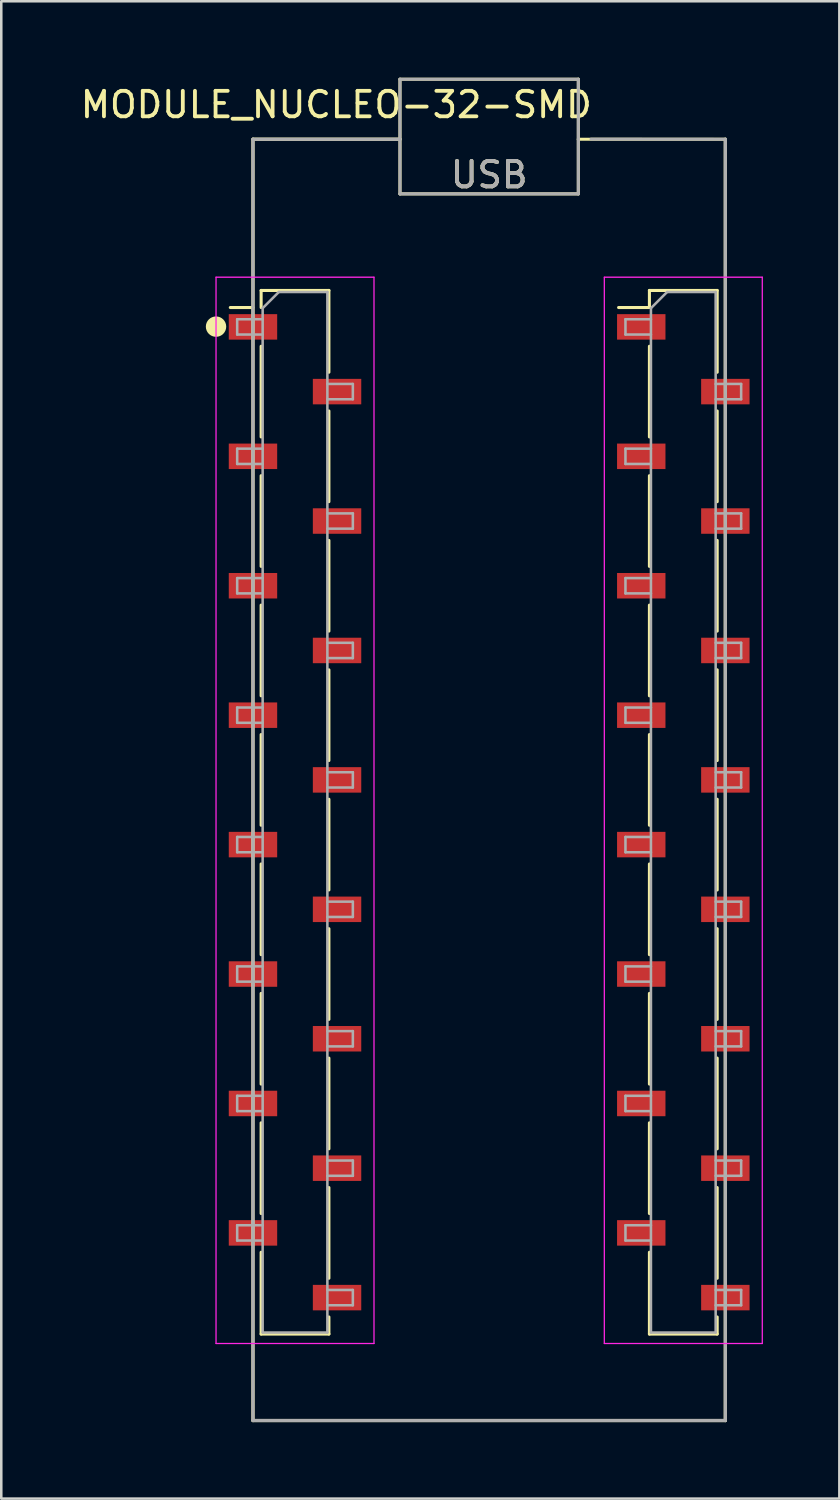
<source format=kicad_pcb>
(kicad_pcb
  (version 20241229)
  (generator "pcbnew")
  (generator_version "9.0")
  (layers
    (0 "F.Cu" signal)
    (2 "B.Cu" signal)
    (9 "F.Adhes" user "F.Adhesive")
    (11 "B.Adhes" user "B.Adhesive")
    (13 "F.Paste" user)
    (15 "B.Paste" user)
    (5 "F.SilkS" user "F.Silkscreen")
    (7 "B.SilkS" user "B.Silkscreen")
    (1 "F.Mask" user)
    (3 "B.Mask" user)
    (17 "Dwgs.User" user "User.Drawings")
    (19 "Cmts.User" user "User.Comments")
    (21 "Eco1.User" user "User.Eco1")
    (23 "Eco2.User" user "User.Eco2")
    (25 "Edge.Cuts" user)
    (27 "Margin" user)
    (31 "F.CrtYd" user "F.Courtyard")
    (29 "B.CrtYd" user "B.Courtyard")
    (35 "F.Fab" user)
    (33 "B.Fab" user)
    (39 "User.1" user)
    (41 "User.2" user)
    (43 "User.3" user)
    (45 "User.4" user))
  (footprint "MODULE_NUCLEO-32-SMD"
    (layer "F.Cu")
    (at 16.149 27.56)
    (property "Reference" "MODULE_NUCLEO-32-SMD" (at -6 -26.5 0) (layer "F.SilkS") (effects (font (size 1 1) (thickness 0.15))))
    (attr through_hole)
    (fp_line (start -10.16 -18.54) (end -9.275 -18.54) (stroke (width 0.12) (type solid)) (layer "F.SilkS"))
    (fp_line (start -9.27 -25.145) (end -3.5 -25.145) (stroke (width 0.127) (type solid)) (layer "F.SilkS"))
    (fp_line (start -9.27 25.145) (end -9.27 -25.145) (stroke (width 0.127) (type solid)) (layer "F.SilkS"))
    (fp_line (start -8.95 -19.21) (end -8.95 -18.54) (stroke (width 0.12) (type solid)) (layer "F.SilkS"))
    (fp_line (start -8.95 -19.21) (end -6.29 -19.21) (stroke (width 0.12) (type solid)) (layer "F.SilkS"))
    (fp_line (start -8.95 -17.02) (end -8.95 -13.46) (stroke (width 0.12) (type solid)) (layer "F.SilkS"))
    (fp_line (start -8.95 -11.94) (end -8.95 -8.38) (stroke (width 0.12) (type solid)) (layer "F.SilkS"))
    (fp_line (start -8.95 -6.86) (end -8.95 -3.3) (stroke (width 0.12) (type solid)) (layer "F.SilkS"))
    (fp_line (start -8.95 -1.78) (end -8.95 1.78) (stroke (width 0.12) (type solid)) (layer "F.SilkS"))
    (fp_line (start -8.95 3.3) (end -8.95 6.86) (stroke (width 0.12) (type solid)) (layer "F.SilkS"))
    (fp_line (start -8.95 8.38) (end -8.95 11.94) (stroke (width 0.12) (type solid)) (layer "F.SilkS"))
    (fp_line (start -8.95 13.46) (end -8.95 17.02) (stroke (width 0.12) (type solid)) (layer "F.SilkS"))
    (fp_line (start -8.95 18.54) (end -8.95 21.75) (stroke (width 0.12) (type solid)) (layer "F.SilkS"))
    (fp_line (start -8.95 21.75) (end -6.29 21.75) (stroke (width 0.12) (type solid)) (layer "F.SilkS"))
    (fp_line (start -6.29 -19.21) (end -6.29 -16) (stroke (width 0.12) (type solid)) (layer "F.SilkS"))
    (fp_line (start -6.29 -14.48) (end -6.29 -10.92) (stroke (width 0.12) (type solid)) (layer "F.SilkS"))
    (fp_line (start -6.29 -9.4) (end -6.29 -5.84) (stroke (width 0.12) (type solid)) (layer "F.SilkS"))
    (fp_line (start -6.29 -4.32) (end -6.29 -0.76) (stroke (width 0.12) (type solid)) (layer "F.SilkS"))
    (fp_line (start -6.29 0.76) (end -6.29 4.32) (stroke (width 0.12) (type solid)) (layer "F.SilkS"))
    (fp_line (start -6.29 5.84) (end -6.29 9.4) (stroke (width 0.12) (type solid)) (layer "F.SilkS"))
    (fp_line (start -6.29 10.92) (end -6.29 14.48) (stroke (width 0.12) (type solid)) (layer "F.SilkS"))
    (fp_line (start -6.29 16) (end -6.29 19.56) (stroke (width 0.12) (type solid)) (layer "F.SilkS"))
    (fp_line (start -6.29 21.08) (end -6.29 21.75) (stroke (width 0.12) (type solid)) (layer "F.SilkS"))
    (fp_line (start -3.5 -27.5) (end 3.5 -27.5) (stroke (width 0.12) (type solid)) (layer "F.SilkS"))
    (fp_line (start -3.5 -25.145) (end -3.5 -27.5) (stroke (width 0.12) (type solid)) (layer "F.SilkS"))
    (fp_line (start -3.5 -25.145) (end -3.5 -23) (stroke (width 0.12) (type solid)) (layer "F.SilkS"))
    (fp_line (start -3.5 -23) (end 3.5 -23) (stroke (width 0.12) (type solid)) (layer "F.SilkS"))
    (fp_line (start 3.5 -27.5) (end 3.5 -25.145) (stroke (width 0.12) (type solid)) (layer "F.SilkS"))
    (fp_line (start 3.5 -25.145) (end 9.27 -25.145) (stroke (width 0.12) (type solid)) (layer "F.SilkS"))
    (fp_line (start 3.5 -23) (end 3.5 -25.145) (stroke (width 0.12) (type solid)) (layer "F.SilkS"))
    (fp_line (start 5.08 -18.54) (end 6.29 -18.54) (stroke (width 0.12) (type solid)) (layer "F.SilkS"))
    (fp_line (start 6.29 -19.21) (end 6.29 -18.54) (stroke (width 0.12) (type solid)) (layer "F.SilkS"))
    (fp_line (start 6.29 -19.21) (end 8.95 -19.21) (stroke (width 0.12) (type solid)) (layer "F.SilkS"))
    (fp_line (start 6.29 -17.02) (end 6.29 -13.46) (stroke (width 0.12) (type solid)) (layer "F.SilkS"))
    (fp_line (start 6.29 -11.94) (end 6.29 -8.38) (stroke (width 0.12) (type solid)) (layer "F.SilkS"))
    (fp_line (start 6.29 -6.86) (end 6.29 -3.3) (stroke (width 0.12) (type solid)) (layer "F.SilkS"))
    (fp_line (start 6.29 -1.78) (end 6.29 1.78) (stroke (width 0.12) (type solid)) (layer "F.SilkS"))
    (fp_line (start 6.29 3.3) (end 6.29 6.86) (stroke (width 0.12) (type solid)) (layer "F.SilkS"))
    (fp_line (start 6.29 8.38) (end 6.29 11.94) (stroke (width 0.12) (type solid)) (layer "F.SilkS"))
    (fp_line (start 6.29 13.46) (end 6.29 17.02) (stroke (width 0.12) (type solid)) (layer "F.SilkS"))
    (fp_line (start 6.29 18.54) (end 6.29 21.75) (stroke (width 0.12) (type solid)) (layer "F.SilkS"))
    (fp_line (start 6.29 21.75) (end 8.95 21.75) (stroke (width 0.12) (type solid)) (layer "F.SilkS"))
    (fp_line (start 8.95 -19.21) (end 8.95 -16) (stroke (width 0.12) (type solid)) (layer "F.SilkS"))
    (fp_line (start 8.95 -14.48) (end 8.95 -10.92) (stroke (width 0.12) (type solid)) (layer "F.SilkS"))
    (fp_line (start 8.95 -9.4) (end 8.95 -5.84) (stroke (width 0.12) (type solid)) (layer "F.SilkS"))
    (fp_line (start 8.95 -4.32) (end 8.95 -0.76) (stroke (width 0.12) (type solid)) (layer "F.SilkS"))
    (fp_line (start 8.95 0.76) (end 8.95 4.32) (stroke (width 0.12) (type solid)) (layer "F.SilkS"))
    (fp_line (start 8.95 5.84) (end 8.95 9.4) (stroke (width 0.12) (type solid)) (layer "F.SilkS"))
    (fp_line (start 8.95 10.92) (end 8.95 14.48) (stroke (width 0.12) (type solid)) (layer "F.SilkS"))
    (fp_line (start 8.95 16) (end 8.95 19.56) (stroke (width 0.12) (type solid)) (layer "F.SilkS"))
    (fp_line (start 8.95 21.08) (end 8.95 21.75) (stroke (width 0.12) (type solid)) (layer "F.SilkS"))
    (fp_line (start 9.27 -25.145) (end 9.27 25.145) (stroke (width 0.127) (type solid)) (layer "F.SilkS"))
    (fp_line (start 9.27 25.145) (end -9.27 25.145) (stroke (width 0.127) (type solid)) (layer "F.SilkS"))
    (fp_circle (center -10.72 -17.79) (end -10.52 -17.79) (stroke (width 0.4) (type solid)) (fill no) (layer "F.SilkS"))
    (fp_line (start -10.72 -19.73) (end -4.52 -19.73) (stroke (width 0.05) (type solid)) (layer "F.CrtYd"))
    (fp_line (start -10.72 22.12) (end -10.72 -19.73) (stroke (width 0.05) (type solid)) (layer "F.CrtYd"))
    (fp_line (start -4.52 -19.73) (end -4.52 22.12) (stroke (width 0.05) (type solid)) (layer "F.CrtYd"))
    (fp_line (start -4.52 22.12) (end -10.72 22.12) (stroke (width 0.05) (type solid)) (layer "F.CrtYd"))
    (fp_line (start 4.52 -19.73) (end 10.72 -19.73) (stroke (width 0.05) (type solid)) (layer "F.CrtYd"))
    (fp_line (start 4.52 22.12) (end 4.52 -19.73) (stroke (width 0.05) (type solid)) (layer "F.CrtYd"))
    (fp_line (start 10.72 -19.73) (end 10.72 22.12) (stroke (width 0.05) (type solid)) (layer "F.CrtYd"))
    (fp_line (start 10.72 22.12) (end 4.52 22.12) (stroke (width 0.05) (type solid)) (layer "F.CrtYd"))
    (fp_line (start -9.89 -18.08) (end -8.89 -18.08) (stroke (width 0.1) (type solid)) (layer "F.Fab"))
    (fp_line (start -9.89 -17.48) (end -9.89 -18.08) (stroke (width 0.1) (type solid)) (layer "F.Fab"))
    (fp_line (start -9.89 -13) (end -8.89 -13) (stroke (width 0.1) (type solid)) (layer "F.Fab"))
    (fp_line (start -9.89 -12.4) (end -9.89 -13) (stroke (width 0.1) (type solid)) (layer "F.Fab"))
    (fp_line (start -9.89 -7.92) (end -8.89 -7.92) (stroke (width 0.1) (type solid)) (layer "F.Fab"))
    (fp_line (start -9.89 -7.32) (end -9.89 -7.92) (stroke (width 0.1) (type solid)) (layer "F.Fab"))
    (fp_line (start -9.89 -2.84) (end -8.89 -2.84) (stroke (width 0.1) (type solid)) (layer "F.Fab"))
    (fp_line (start -9.89 -2.24) (end -9.89 -2.84) (stroke (width 0.1) (type solid)) (layer "F.Fab"))
    (fp_line (start -9.89 2.24) (end -8.89 2.24) (stroke (width 0.1) (type solid)) (layer "F.Fab"))
    (fp_line (start -9.89 2.84) (end -9.89 2.24) (stroke (width 0.1) (type solid)) (layer "F.Fab"))
    (fp_line (start -9.89 7.32) (end -8.89 7.32) (stroke (width 0.1) (type solid)) (layer "F.Fab"))
    (fp_line (start -9.89 7.92) (end -9.89 7.32) (stroke (width 0.1) (type solid)) (layer "F.Fab"))
    (fp_line (start -9.89 12.4) (end -8.89 12.4) (stroke (width 0.1) (type solid)) (layer "F.Fab"))
    (fp_line (start -9.89 13) (end -9.89 12.4) (stroke (width 0.1) (type solid)) (layer "F.Fab"))
    (fp_line (start -9.89 17.48) (end -8.89 17.48) (stroke (width 0.1) (type solid)) (layer "F.Fab"))
    (fp_line (start -9.89 18.08) (end -9.89 17.48) (stroke (width 0.1) (type solid)) (layer "F.Fab"))
    (fp_line (start -9.27 -25.145) (end -3.5 -25.145) (stroke (width 0.127) (type solid)) (layer "F.Fab"))
    (fp_line (start -9.27 25.145) (end -9.27 -25.145) (stroke (width 0.127) (type solid)) (layer "F.Fab"))
    (fp_line (start -8.89 -18.515) (end -8.255 -19.15) (stroke (width 0.1) (type solid)) (layer "F.Fab"))
    (fp_line (start -8.89 -17.48) (end -9.89 -17.48) (stroke (width 0.1) (type solid)) (layer "F.Fab"))
    (fp_line (start -8.89 -12.4) (end -9.89 -12.4) (stroke (width 0.1) (type solid)) (layer "F.Fab"))
    (fp_line (start -8.89 -7.32) (end -9.89 -7.32) (stroke (width 0.1) (type solid)) (layer "F.Fab"))
    (fp_line (start -8.89 -2.24) (end -9.89 -2.24) (stroke (width 0.1) (type solid)) (layer "F.Fab"))
    (fp_line (start -8.89 2.84) (end -9.89 2.84) (stroke (width 0.1) (type solid)) (layer "F.Fab"))
    (fp_line (start -8.89 7.92) (end -9.89 7.92) (stroke (width 0.1) (type solid)) (layer "F.Fab"))
    (fp_line (start -8.89 13) (end -9.89 13) (stroke (width 0.1) (type solid)) (layer "F.Fab"))
    (fp_line (start -8.89 18.08) (end -9.89 18.08) (stroke (width 0.1) (type solid)) (layer "F.Fab"))
    (fp_line (start -8.89 21.69) (end -8.89 -18.515) (stroke (width 0.1) (type solid)) (layer "F.Fab"))
    (fp_line (start -8.255 -19.15) (end -6.35 -19.15) (stroke (width 0.1) (type solid)) (layer "F.Fab"))
    (fp_line (start -6.35 -19.15) (end -6.35 21.69) (stroke (width 0.1) (type solid)) (layer "F.Fab"))
    (fp_line (start -6.35 -15.54) (end -5.35 -15.54) (stroke (width 0.1) (type solid)) (layer "F.Fab"))
    (fp_line (start -6.35 -10.46) (end -5.35 -10.46) (stroke (width 0.1) (type solid)) (layer "F.Fab"))
    (fp_line (start -6.35 -5.38) (end -5.35 -5.38) (stroke (width 0.1) (type solid)) (layer "F.Fab"))
    (fp_line (start -6.35 -0.3) (end -5.35 -0.3) (stroke (width 0.1) (type solid)) (layer "F.Fab"))
    (fp_line (start -6.35 4.78) (end -5.35 4.78) (stroke (width 0.1) (type solid)) (layer "F.Fab"))
    (fp_line (start -6.35 9.86) (end -5.35 9.86) (stroke (width 0.1) (type solid)) (layer "F.Fab"))
    (fp_line (start -6.35 14.94) (end -5.35 14.94) (stroke (width 0.1) (type solid)) (layer "F.Fab"))
    (fp_line (start -6.35 20.02) (end -5.35 20.02) (stroke (width 0.1) (type solid)) (layer "F.Fab"))
    (fp_line (start -6.35 21.69) (end -8.89 21.69) (stroke (width 0.1) (type solid)) (layer "F.Fab"))
    (fp_line (start -5.35 -15.54) (end -5.35 -14.94) (stroke (width 0.1) (type solid)) (layer "F.Fab"))
    (fp_line (start -5.35 -14.94) (end -6.35 -14.94) (stroke (width 0.1) (type solid)) (layer "F.Fab"))
    (fp_line (start -5.35 -10.46) (end -5.35 -9.86) (stroke (width 0.1) (type solid)) (layer "F.Fab"))
    (fp_line (start -5.35 -9.86) (end -6.35 -9.86) (stroke (width 0.1) (type solid)) (layer "F.Fab"))
    (fp_line (start -5.35 -5.38) (end -5.35 -4.78) (stroke (width 0.1) (type solid)) (layer "F.Fab"))
    (fp_line (start -5.35 -4.78) (end -6.35 -4.78) (stroke (width 0.1) (type solid)) (layer "F.Fab"))
    (fp_line (start -5.35 -0.3) (end -5.35 0.3) (stroke (width 0.1) (type solid)) (layer "F.Fab"))
    (fp_line (start -5.35 0.3) (end -6.35 0.3) (stroke (width 0.1) (type solid)) (layer "F.Fab"))
    (fp_line (start -5.35 4.78) (end -5.35 5.38) (stroke (width 0.1) (type solid)) (layer "F.Fab"))
    (fp_line (start -5.35 5.38) (end -6.35 5.38) (stroke (width 0.1) (type solid)) (layer "F.Fab"))
    (fp_line (start -5.35 9.86) (end -5.35 10.46) (stroke (width 0.1) (type solid)) (layer "F.Fab"))
    (fp_line (start -5.35 10.46) (end -6.35 10.46) (stroke (width 0.1) (type solid)) (layer "F.Fab"))
    (fp_line (start -5.35 14.94) (end -5.35 15.54) (stroke (width 0.1) (type solid)) (layer "F.Fab"))
    (fp_line (start -5.35 15.54) (end -6.35 15.54) (stroke (width 0.1) (type solid)) (layer "F.Fab"))
    (fp_line (start -5.35 20.02) (end -5.35 20.62) (stroke (width 0.1) (type solid)) (layer "F.Fab"))
    (fp_line (start -5.35 20.62) (end -6.35 20.62) (stroke (width 0.1) (type solid)) (layer "F.Fab"))
    (fp_line (start -3.5 -27.5) (end -3.5 -23) (stroke (width 0.12) (type solid)) (layer "F.Fab"))
    (fp_line (start -3.5 -23) (end 3.5 -23) (stroke (width 0.12) (type solid)) (layer "F.Fab"))
    (fp_line (start 3.5 -27.5) (end -3.5 -27.5) (stroke (width 0.12) (type solid)) (layer "F.Fab"))
    (fp_line (start 3.5 -23) (end 3.5 -27.5) (stroke (width 0.12) (type solid)) (layer "F.Fab"))
    (fp_line (start 4 -25.15) (end 9.27 -25.145) (stroke (width 0.12) (type solid)) (layer "F.Fab"))
    (fp_line (start 5.35 -18.08) (end 6.35 -18.08) (stroke (width 0.1) (type solid)) (layer "F.Fab"))
    (fp_line (start 5.35 -17.48) (end 5.35 -18.08) (stroke (width 0.1) (type solid)) (layer "F.Fab"))
    (fp_line (start 5.35 -13) (end 6.35 -13) (stroke (width 0.1) (type solid)) (layer "F.Fab"))
    (fp_line (start 5.35 -12.4) (end 5.35 -13) (stroke (width 0.1) (type solid)) (layer "F.Fab"))
    (fp_line (start 5.35 -7.92) (end 6.35 -7.92) (stroke (width 0.1) (type solid)) (layer "F.Fab"))
    (fp_line (start 5.35 -7.32) (end 5.35 -7.92) (stroke (width 0.1) (type solid)) (layer "F.Fab"))
    (fp_line (start 5.35 -2.84) (end 6.35 -2.84) (stroke (width 0.1) (type solid)) (layer "F.Fab"))
    (fp_line (start 5.35 -2.24) (end 5.35 -2.84) (stroke (width 0.1) (type solid)) (layer "F.Fab"))
    (fp_line (start 5.35 2.24) (end 6.35 2.24) (stroke (width 0.1) (type solid)) (layer "F.Fab"))
    (fp_line (start 5.35 2.84) (end 5.35 2.24) (stroke (width 0.1) (type solid)) (layer "F.Fab"))
    (fp_line (start 5.35 7.32) (end 6.35 7.32) (stroke (width 0.1) (type solid)) (layer "F.Fab"))
    (fp_line (start 5.35 7.92) (end 5.35 7.32) (stroke (width 0.1) (type solid)) (layer "F.Fab"))
    (fp_line (start 5.35 12.4) (end 6.35 12.4) (stroke (width 0.1) (type solid)) (layer "F.Fab"))
    (fp_line (start 5.35 13) (end 5.35 12.4) (stroke (width 0.1) (type solid)) (layer "F.Fab"))
    (fp_line (start 5.35 17.48) (end 6.35 17.48) (stroke (width 0.1) (type solid)) (layer "F.Fab"))
    (fp_line (start 5.35 18.08) (end 5.35 17.48) (stroke (width 0.1) (type solid)) (layer "F.Fab"))
    (fp_line (start 6.35 -18.515) (end 6.985 -19.15) (stroke (width 0.1) (type solid)) (layer "F.Fab"))
    (fp_line (start 6.35 -17.48) (end 5.35 -17.48) (stroke (width 0.1) (type solid)) (layer "F.Fab"))
    (fp_line (start 6.35 -12.4) (end 5.35 -12.4) (stroke (width 0.1) (type solid)) (layer "F.Fab"))
    (fp_line (start 6.35 -7.32) (end 5.35 -7.32) (stroke (width 0.1) (type solid)) (layer "F.Fab"))
    (fp_line (start 6.35 -2.24) (end 5.35 -2.24) (stroke (width 0.1) (type solid)) (layer "F.Fab"))
    (fp_line (start 6.35 2.84) (end 5.35 2.84) (stroke (width 0.1) (type solid)) (layer "F.Fab"))
    (fp_line (start 6.35 7.92) (end 5.35 7.92) (stroke (width 0.1) (type solid)) (layer "F.Fab"))
    (fp_line (start 6.35 13) (end 5.35 13) (stroke (width 0.1) (type solid)) (layer "F.Fab"))
    (fp_line (start 6.35 18.08) (end 5.35 18.08) (stroke (width 0.1) (type solid)) (layer "F.Fab"))
    (fp_line (start 6.35 21.69) (end 6.35 -18.515) (stroke (width 0.1) (type solid)) (layer "F.Fab"))
    (fp_line (start 6.985 -19.15) (end 8.89 -19.15) (stroke (width 0.1) (type solid)) (layer "F.Fab"))
    (fp_line (start 8.89 -19.15) (end 8.89 21.69) (stroke (width 0.1) (type solid)) (layer "F.Fab"))
    (fp_line (start 8.89 -15.54) (end 9.89 -15.54) (stroke (width 0.1) (type solid)) (layer "F.Fab"))
    (fp_line (start 8.89 -10.46) (end 9.89 -10.46) (stroke (width 0.1) (type solid)) (layer "F.Fab"))
    (fp_line (start 8.89 -5.38) (end 9.89 -5.38) (stroke (width 0.1) (type solid)) (layer "F.Fab"))
    (fp_line (start 8.89 -0.3) (end 9.89 -0.3) (stroke (width 0.1) (type solid)) (layer "F.Fab"))
    (fp_line (start 8.89 4.78) (end 9.89 4.78) (stroke (width 0.1) (type solid)) (layer "F.Fab"))
    (fp_line (start 8.89 9.86) (end 9.89 9.86) (stroke (width 0.1) (type solid)) (layer "F.Fab"))
    (fp_line (start 8.89 14.94) (end 9.89 14.94) (stroke (width 0.1) (type solid)) (layer "F.Fab"))
    (fp_line (start 8.89 20.02) (end 9.89 20.02) (stroke (width 0.1) (type solid)) (layer "F.Fab"))
    (fp_line (start 8.89 21.69) (end 6.35 21.69) (stroke (width 0.1) (type solid)) (layer "F.Fab"))
    (fp_line (start 9.27 -25.145) (end 9.27 25.145) (stroke (width 0.127) (type solid)) (layer "F.Fab"))
    (fp_line (start 9.27 25.145) (end -9.27 25.145) (stroke (width 0.127) (type solid)) (layer "F.Fab"))
    (fp_line (start 9.89 -15.54) (end 9.89 -14.94) (stroke (width 0.1) (type solid)) (layer "F.Fab"))
    (fp_line (start 9.89 -14.94) (end 8.89 -14.94) (stroke (width 0.1) (type solid)) (layer "F.Fab"))
    (fp_line (start 9.89 -10.46) (end 9.89 -9.86) (stroke (width 0.1) (type solid)) (layer "F.Fab"))
    (fp_line (start 9.89 -9.86) (end 8.89 -9.86) (stroke (width 0.1) (type solid)) (layer "F.Fab"))
    (fp_line (start 9.89 -5.38) (end 9.89 -4.78) (stroke (width 0.1) (type solid)) (layer "F.Fab"))
    (fp_line (start 9.89 -4.78) (end 8.89 -4.78) (stroke (width 0.1) (type solid)) (layer "F.Fab"))
    (fp_line (start 9.89 -0.3) (end 9.89 0.3) (stroke (width 0.1) (type solid)) (layer "F.Fab"))
    (fp_line (start 9.89 0.3) (end 8.89 0.3) (stroke (width 0.1) (type solid)) (layer "F.Fab"))
    (fp_line (start 9.89 4.78) (end 9.89 5.38) (stroke (width 0.1) (type solid)) (layer "F.Fab"))
    (fp_line (start 9.89 5.38) (end 8.89 5.38) (stroke (width 0.1) (type solid)) (layer "F.Fab"))
    (fp_line (start 9.89 9.86) (end 9.89 10.46) (stroke (width 0.1) (type solid)) (layer "F.Fab"))
    (fp_line (start 9.89 10.46) (end 8.89 10.46) (stroke (width 0.1) (type solid)) (layer "F.Fab"))
    (fp_line (start 9.89 14.94) (end 9.89 15.54) (stroke (width 0.1) (type solid)) (layer "F.Fab"))
    (fp_line (start 9.89 15.54) (end 8.89 15.54) (stroke (width 0.1) (type solid)) (layer "F.Fab"))
    (fp_line (start 9.89 20.02) (end 9.89 20.62) (stroke (width 0.1) (type solid)) (layer "F.Fab"))
    (fp_line (start 9.89 20.62) (end 8.89 20.62) (stroke (width 0.1) (type solid)) (layer "F.Fab"))
    (fp_text user "USB" (at 0 -23.75 0) (layer "F.SilkS") (effects (font (size 1 1) (thickness 0.15))))
    (fp_text user "USB" (at 0 -23.75 0) (layer "F.Fab") (effects (font (size 1 1) (thickness 0.15))))
    (pad "1.1" smd rect (at -9.27 -17.78) (size 1.9 1) (layers "F.Cu" "F.Mask" "F.Paste"))
    (pad "1.2" smd rect (at -5.97 -15.24) (size 1.9 1) (layers "F.Cu" "F.Mask" "F.Paste"))
    (pad "1.3" smd rect (at -9.27 -12.7) (size 1.9 1) (layers "F.Cu" "F.Mask" "F.Paste"))
    (pad "1.4" smd rect (at -5.97 -10.16) (size 1.9 1) (layers "F.Cu" "F.Mask" "F.Paste"))
    (pad "1.5" smd rect (at -9.27 -7.62) (size 1.9 1) (layers "F.Cu" "F.Mask" "F.Paste"))
    (pad "1.6" smd rect (at -5.97 -5.08) (size 1.9 1) (layers "F.Cu" "F.Mask" "F.Paste"))
    (pad "1.7" smd rect (at -9.27 -2.54) (size 1.9 1) (layers "F.Cu" "F.Mask" "F.Paste"))
    (pad "1.8" smd rect (at -5.97 0) (size 1.9 1) (layers "F.Cu" "F.Mask" "F.Paste"))
    (pad "1.9" smd rect (at -9.27 2.54) (size 1.9 1) (layers "F.Cu" "F.Mask" "F.Paste"))
    (pad "1.10" smd rect (at -5.97 5.08) (size 1.9 1) (layers "F.Cu" "F.Mask" "F.Paste"))
    (pad "1.11" smd rect (at -9.27 7.62) (size 1.9 1) (layers "F.Cu" "F.Mask" "F.Paste"))
    (pad "1.12" smd rect (at -5.97 10.16) (size 1.9 1) (layers "F.Cu" "F.Mask" "F.Paste"))
    (pad "1.13" smd rect (at -9.27 12.7) (size 1.9 1) (layers "F.Cu" "F.Mask" "F.Paste"))
    (pad "1.14" smd rect (at -5.97 15.24) (size 1.9 1) (layers "F.Cu" "F.Mask" "F.Paste"))
    (pad "1.15" smd rect (at -9.27 17.78) (size 1.9 1) (layers "F.Cu" "F.Mask" "F.Paste"))
    (pad "2.1" smd rect (at 5.97 -17.78) (size 1.9 1) (layers "F.Cu" "F.Mask" "F.Paste"))
    (pad "2.2" smd rect (at 9.27 -15.24) (size 1.9 1) (layers "F.Cu" "F.Mask" "F.Paste"))
    (pad "2.3" smd rect (at 5.97 -12.7) (size 1.9 1) (layers "F.Cu" "F.Mask" "F.Paste"))
    (pad "2.4" smd rect (at 9.27 -10.16) (size 1.9 1) (layers "F.Cu" "F.Mask" "F.Paste"))
    (pad "2.5" smd rect (at 5.97 -7.62) (size 1.9 1) (layers "F.Cu" "F.Mask" "F.Paste"))
    (pad "2.6" smd rect (at 9.27 -5.08) (size 1.9 1) (layers "F.Cu" "F.Mask" "F.Paste"))
    (pad "2.7" smd rect (at 5.97 -2.54) (size 1.9 1) (layers "F.Cu" "F.Mask" "F.Paste"))
    (pad "2.8" smd rect (at 9.27 0) (size 1.9 1) (layers "F.Cu" "F.Mask" "F.Paste"))
    (pad "2.9" smd rect (at 5.97 2.54) (size 1.9 1) (layers "F.Cu" "F.Mask" "F.Paste"))
    (pad "2.10" smd rect (at 9.27 5.08) (size 1.9 1) (layers "F.Cu" "F.Mask" "F.Paste"))
    (pad "2.11" smd rect (at 5.97 7.62) (size 1.9 1) (layers "F.Cu" "F.Mask" "F.Paste"))
    (pad "2.12" smd rect (at 9.27 10.16) (size 1.9 1) (layers "F.Cu" "F.Mask" "F.Paste"))
    (pad "2.13" smd rect (at 5.97 12.7) (size 1.9 1) (layers "F.Cu" "F.Mask" "F.Paste"))
    (pad "2.14" smd rect (at 9.27 15.24) (size 1.9 1) (layers "F.Cu" "F.Mask" "F.Paste"))
    (pad "2.15" smd rect (at 5.97 17.78) (size 1.9 1) (layers "F.Cu" "F.Mask" "F.Paste"))
    (pad "NC" smd rect (at -5.97 20.32) (size 1.9 1) (layers "F.Cu" "F.Mask" "F.Paste"))
    (pad "NC" smd rect (at 9.27 20.32) (size 1.9 1) (layers "F.Cu" "F.Mask" "F.Paste")))
  (gr_rect
    (start -3 -3)
    (end 29.894 55.769)
    (stroke (width 0.1) (type default))
    (fill no)
    (layer "Edge.Cuts")))
</source>
